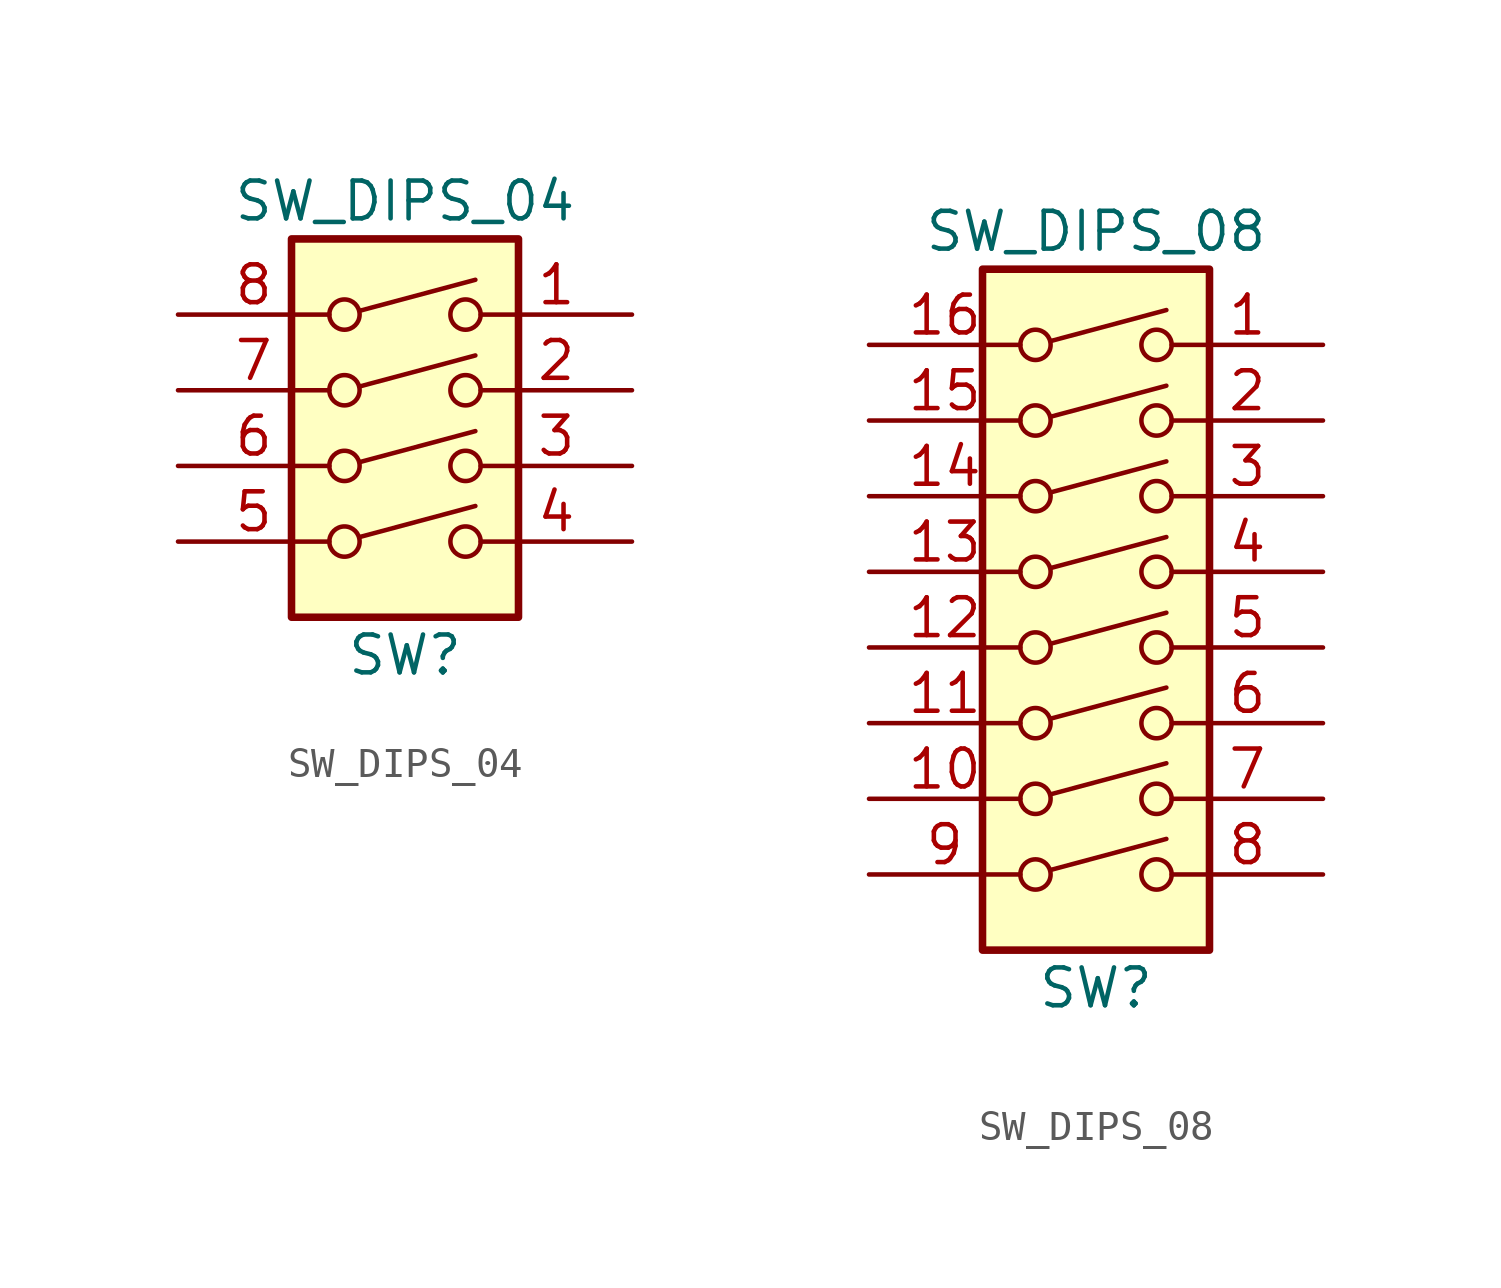
<source format=kicad_sym>
(kicad_symbol_lib
  (version 20211014)
  (generator kicad_symbol_editor)
  (symbol "SW_DIPS_04"
    (pin_names
      (offset 1.016))
    (property "Reference" "SW"
      (at 3.81 -13.97 0)
      (effects (font (size 1.27 1.27))))
    (property "Value" "SW_DIPS_04"
      (at 3.81 1.27 0)
      (effects (font (size 1.27 1.27))))
    (symbol "SW_DIPS_04_1_1"
      (polyline (pts (xy 2.286 -10.008) (xy 6.172 -8.966)) (stroke (width 0) (type default) (color 0 0 0 0)) (fill (type none)))
      (polyline (pts (xy 2.286 -7.493) (xy 6.172 -6.452)) (stroke (width 0) (type default) (color 0 0 0 0)) (fill (type none)))
      (polyline (pts (xy 2.286 -4.953) (xy 6.172 -3.912)) (stroke (width 0) (type default) (color 0 0 0 0)) (fill (type none)))
      (polyline (pts (xy 2.286 -2.413) (xy 6.172 -1.372)) (stroke (width 0) (type default) (color 0 0 0 0)) (fill (type none)))
      (rectangle (start 0 0) (end 7.62 -12.7) (stroke (width 0.254) (type default) (color 0 0 0 0)) (fill (type background)))
      (circle (center 1.778 -10.16) (radius 0.508) (stroke (width 0) (type default) (color 0 0 0 0)) (fill (type none)))
      (circle (center 1.778 -7.62) (radius 0.508) (stroke (width 0) (type default) (color 0 0 0 0)) (fill (type none)))
      (circle (center 1.778 -5.08) (radius 0.508) (stroke (width 0) (type default) (color 0 0 0 0)) (fill (type none)))
      (circle (center 1.778 -2.54) (radius 0.508) (stroke (width 0) (type default) (color 0 0 0 0)) (fill (type none)))
      (circle (center 5.842 -10.16) (radius 0.508) (stroke (width 0) (type default) (color 0 0 0 0)) (fill (type none)))
      (circle (center 5.842 -7.62) (radius 0.508) (stroke (width 0) (type default) (color 0 0 0 0)) (fill (type none)))
      (circle (center 5.842 -5.08) (radius 0.508) (stroke (width 0) (type default) (color 0 0 0 0)) (fill (type none)))
      (circle (center 5.842 -2.54) (radius 0.508) (stroke (width 0) (type default) (color 0 0 0 0)) (fill (type none)))
      (pin passive line (at 11.43 -2.54 180) (length 5.08) (name "~" (effects (font (size 1.27 1.27)))) (number "1" (effects (font (size 1.27 1.27)))))
      (pin passive line (at 11.43 -5.08 180) (length 5.08) (name "~" (effects (font (size 1.27 1.27)))) (number "2" (effects (font (size 1.27 1.27)))))
      (pin passive line (at 11.43 -7.62 180) (length 5.08) (name "~" (effects (font (size 1.27 1.27)))) (number "3" (effects (font (size 1.27 1.27)))))
      (pin passive line (at 11.43 -10.16 180) (length 5.08) (name "~" (effects (font (size 1.27 1.27)))) (number "4" (effects (font (size 1.27 1.27)))))
      (pin passive line (at -3.81 -10.16 0) (length 5.08) (name "~" (effects (font (size 1.27 1.27)))) (number "5" (effects (font (size 1.27 1.27)))))
      (pin passive line (at -3.81 -7.62 0) (length 5.08) (name "~" (effects (font (size 1.27 1.27)))) (number "6" (effects (font (size 1.27 1.27)))))
      (pin passive line (at -3.81 -5.08 0) (length 5.08) (name "~" (effects (font (size 1.27 1.27)))) (number "7" (effects (font (size 1.27 1.27)))))
      (pin passive line (at -3.81 -2.54 0) (length 5.08) (name "~" (effects (font (size 1.27 1.27)))) (number "8" (effects (font (size 1.27 1.27)))))))
  (symbol "SW_DIPS_08"
    (pin_names
      (offset 1.016))
    (property "Reference" "SW"
      (at 3.81 -24.13 0)
      (effects (font (size 1.27 1.27))))
    (property "Value" "SW_DIPS_08"
      (at 3.81 1.27 0)
      (effects (font (size 1.27 1.27))))
    (symbol "SW_DIPS_08_1_1"
      (polyline (pts (xy 2.286 -20.168) (xy 6.172 -19.126)) (stroke (width 0) (type default) (color 0 0 0 0)) (fill (type none)))
      (polyline (pts (xy 2.286 -17.628) (xy 6.172 -16.586)) (stroke (width 0) (type default) (color 0 0 0 0)) (fill (type none)))
      (polyline (pts (xy 2.286 -15.088) (xy 6.172 -14.046)) (stroke (width 0) (type default) (color 0 0 0 0)) (fill (type none)))
      (polyline (pts (xy 2.286 -12.573) (xy 6.172 -11.532)) (stroke (width 0) (type default) (color 0 0 0 0)) (fill (type none)))
      (polyline (pts (xy 2.286 -10.033) (xy 6.172 -8.992)) (stroke (width 0) (type default) (color 0 0 0 0)) (fill (type none)))
      (polyline (pts (xy 2.286 -7.493) (xy 6.172 -6.452)) (stroke (width 0) (type default) (color 0 0 0 0)) (fill (type none)))
      (polyline (pts (xy 2.286 -4.953) (xy 6.172 -3.912)) (stroke (width 0) (type default) (color 0 0 0 0)) (fill (type none)))
      (polyline (pts (xy 2.286 -2.413) (xy 6.172 -1.372)) (stroke (width 0) (type default) (color 0 0 0 0)) (fill (type none)))
      (rectangle (start 0 0) (end 7.62 -22.86) (stroke (width 0.254) (type default) (color 0 0 0 0)) (fill (type background)))
      (circle (center 1.778 -20.32) (radius 0.508) (stroke (width 0) (type default) (color 0 0 0 0)) (fill (type none)))
      (circle (center 1.778 -17.78) (radius 0.508) (stroke (width 0) (type default) (color 0 0 0 0)) (fill (type none)))
      (circle (center 1.778 -15.24) (radius 0.508) (stroke (width 0) (type default) (color 0 0 0 0)) (fill (type none)))
      (circle (center 1.778 -12.7) (radius 0.508) (stroke (width 0) (type default) (color 0 0 0 0)) (fill (type none)))
      (circle (center 1.778 -10.16) (radius 0.508) (stroke (width 0) (type default) (color 0 0 0 0)) (fill (type none)))
      (circle (center 1.778 -7.62) (radius 0.508) (stroke (width 0) (type default) (color 0 0 0 0)) (fill (type none)))
      (circle (center 1.778 -5.08) (radius 0.508) (stroke (width 0) (type default) (color 0 0 0 0)) (fill (type none)))
      (circle (center 1.778 -2.54) (radius 0.508) (stroke (width 0) (type default) (color 0 0 0 0)) (fill (type none)))
      (circle (center 5.842 -20.32) (radius 0.508) (stroke (width 0) (type default) (color 0 0 0 0)) (fill (type none)))
      (circle (center 5.842 -17.78) (radius 0.508) (stroke (width 0) (type default) (color 0 0 0 0)) (fill (type none)))
      (circle (center 5.842 -15.24) (radius 0.508) (stroke (width 0) (type default) (color 0 0 0 0)) (fill (type none)))
      (circle (center 5.842 -12.7) (radius 0.508) (stroke (width 0) (type default) (color 0 0 0 0)) (fill (type none)))
      (circle (center 5.842 -10.16) (radius 0.508) (stroke (width 0) (type default) (color 0 0 0 0)) (fill (type none)))
      (circle (center 5.842 -7.62) (radius 0.508) (stroke (width 0) (type default) (color 0 0 0 0)) (fill (type none)))
      (circle (center 5.842 -5.08) (radius 0.508) (stroke (width 0) (type default) (color 0 0 0 0)) (fill (type none)))
      (circle (center 5.842 -2.54) (radius 0.508) (stroke (width 0) (type default) (color 0 0 0 0)) (fill (type none)))
      (pin passive line (at 11.43 -2.54 180) (length 5.08) (name "~" (effects (font (size 1.27 1.27)))) (number "1" (effects (font (size 1.27 1.27)))))
      (pin passive line (at -3.81 -17.78 0) (length 5.08) (name "~" (effects (font (size 1.27 1.27)))) (number "10" (effects (font (size 1.27 1.27)))))
      (pin passive line (at -3.81 -15.24 0) (length 5.08) (name "~" (effects (font (size 1.27 1.27)))) (number "11" (effects (font (size 1.27 1.27)))))
      (pin passive line (at -3.81 -12.7 0) (length 5.08) (name "~" (effects (font (size 1.27 1.27)))) (number "12" (effects (font (size 1.27 1.27)))))
      (pin passive line (at -3.81 -10.16 0) (length 5.08) (name "~" (effects (font (size 1.27 1.27)))) (number "13" (effects (font (size 1.27 1.27)))))
      (pin passive line (at -3.81 -7.62 0) (length 5.08) (name "~" (effects (font (size 1.27 1.27)))) (number "14" (effects (font (size 1.27 1.27)))))
      (pin passive line (at -3.81 -5.08 0) (length 5.08) (name "~" (effects (font (size 1.27 1.27)))) (number "15" (effects (font (size 1.27 1.27)))))
      (pin passive line (at -3.81 -2.54 0) (length 5.08) (name "~" (effects (font (size 1.27 1.27)))) (number "16" (effects (font (size 1.27 1.27)))))
      (pin passive line (at 11.43 -5.08 180) (length 5.08) (name "~" (effects (font (size 1.27 1.27)))) (number "2" (effects (font (size 1.27 1.27)))))
      (pin passive line (at 11.43 -7.62 180) (length 5.08) (name "~" (effects (font (size 1.27 1.27)))) (number "3" (effects (font (size 1.27 1.27)))))
      (pin passive line (at 11.43 -10.16 180) (length 5.08) (name "~" (effects (font (size 1.27 1.27)))) (number "4" (effects (font (size 1.27 1.27)))))
      (pin passive line (at 11.43 -12.7 180) (length 5.08) (name "~" (effects (font (size 1.27 1.27)))) (number "5" (effects (font (size 1.27 1.27)))))
      (pin passive line (at 11.43 -15.24 180) (length 5.08) (name "~" (effects (font (size 1.27 1.27)))) (number "6" (effects (font (size 1.27 1.27)))))
      (pin passive line (at 11.43 -17.78 180) (length 5.08) (name "~" (effects (font (size 1.27 1.27)))) (number "7" (effects (font (size 1.27 1.27)))))
      (pin passive line (at 11.43 -20.32 180) (length 5.08) (name "~" (effects (font (size 1.27 1.27)))) (number "8" (effects (font (size 1.27 1.27)))))
      (pin passive line (at -3.81 -20.32 0) (length 5.08) (name "~" (effects (font (size 1.27 1.27)))) (number "9" (effects (font (size 1.27 1.27))))))))
</source>
